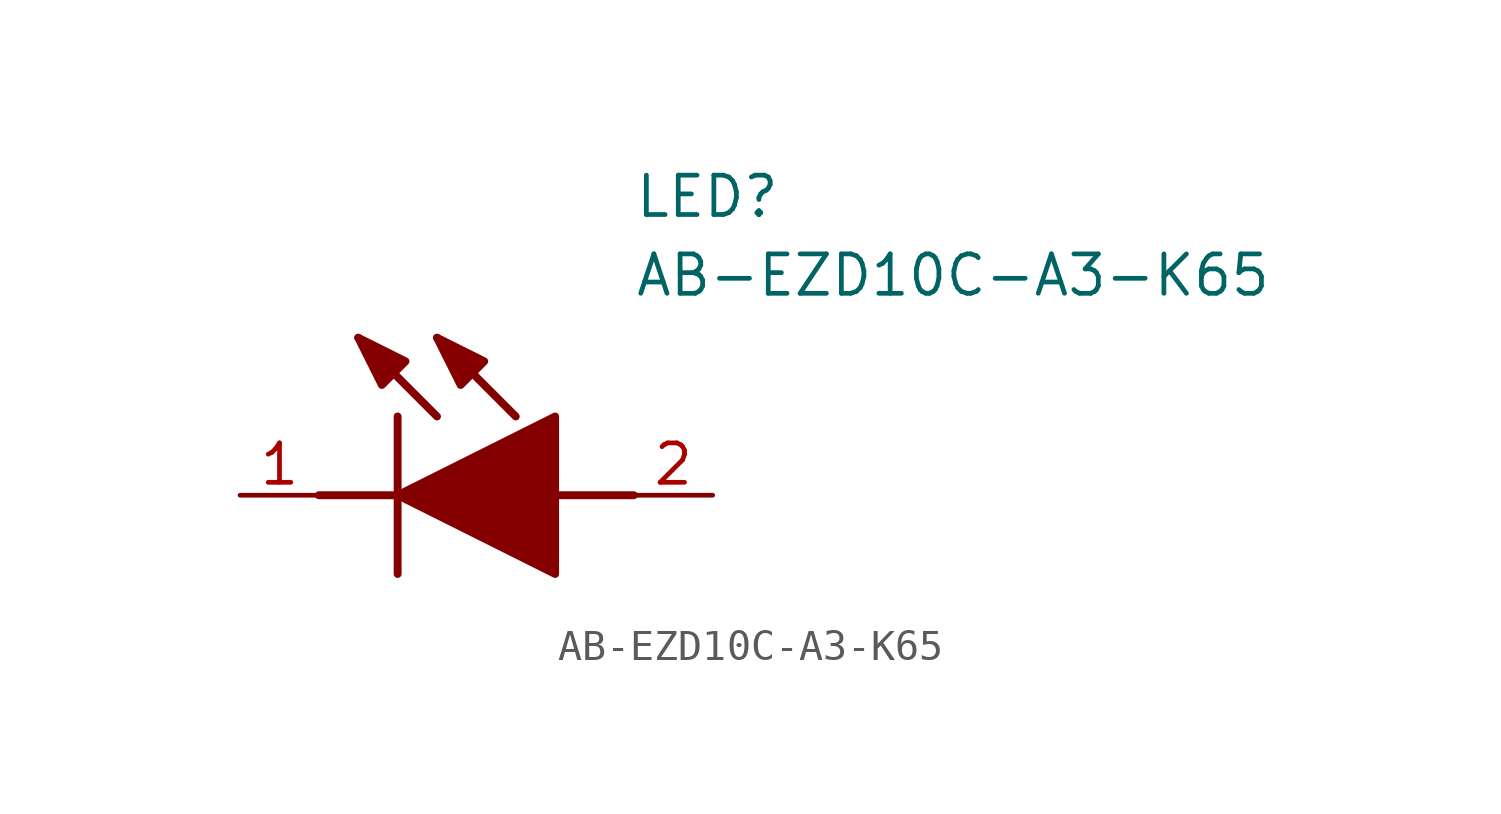
<source format=kicad_sym>
(kicad_symbol_lib
  (version 20211014)
  (generator SamacSys_ECAD_Model)
  (symbol "AB-EZD10C-A3-K65"
    (pin_names hide)
    (property "Reference" "LED"
      (at 12.7 8.89 0)
      (effects (font (size 1.27 1.27)) (justify left bottom)))
    (property "Value" "AB-EZD10C-A3-K65"
      (at 12.7 6.35 0)
      (effects (font (size 1.27 1.27)) (justify left bottom)))
    (polyline
      (pts (xy 5.08 2.54) (xy 5.08 -2.54))
      (stroke (width 0.254) (type default))
      (fill (type none)))
    (polyline
      (pts (xy 6.35 2.54) (xy 3.81 5.08))
      (stroke (width 0.254) (type default))
      (fill (type none)))
    (polyline
      (pts (xy 8.89 2.54) (xy 6.35 5.08))
      (stroke (width 0.254) (type default))
      (fill (type none)))
    (polyline
      (pts (xy 2.54 0) (xy 5.08 0))
      (stroke (width 0.254) (type default))
      (fill (type none)))
    (polyline
      (pts (xy 10.16 0) (xy 12.7 0))
      (stroke (width 0.254) (type default))
      (fill (type none)))
    (polyline
      (pts (xy 5.08 0) (xy 10.16 2.54) (xy 10.16 -2.54) (xy 5.08 0))
      (stroke (width 0.254) (type default))
      (fill (type outline)))
    (polyline
      (pts (xy 5.334 4.318) (xy 4.572 3.556) (xy 3.81 5.08) (xy 5.334 4.318))
      (stroke (width 0.254) (type default))
      (fill (type outline)))
    (polyline
      (pts (xy 7.874 4.318) (xy 7.112 3.556) (xy 6.35 5.08) (xy 7.874 4.318))
      (stroke (width 0.254) (type default))
      (fill (type outline)))
    (pin passive line
      (at 0 0 0)
      (length 2.54)
      (name "K" (effects (font (size 1.27 1.27))))
      (number "1" (effects (font (size 1.27 1.27)))))
    (pin passive line
      (at 15.24 0 180)
      (length 2.54)
      (name "A" (effects (font (size 1.27 1.27))))
      (number "2" (effects (font (size 1.27 1.27)))))))
</source>
